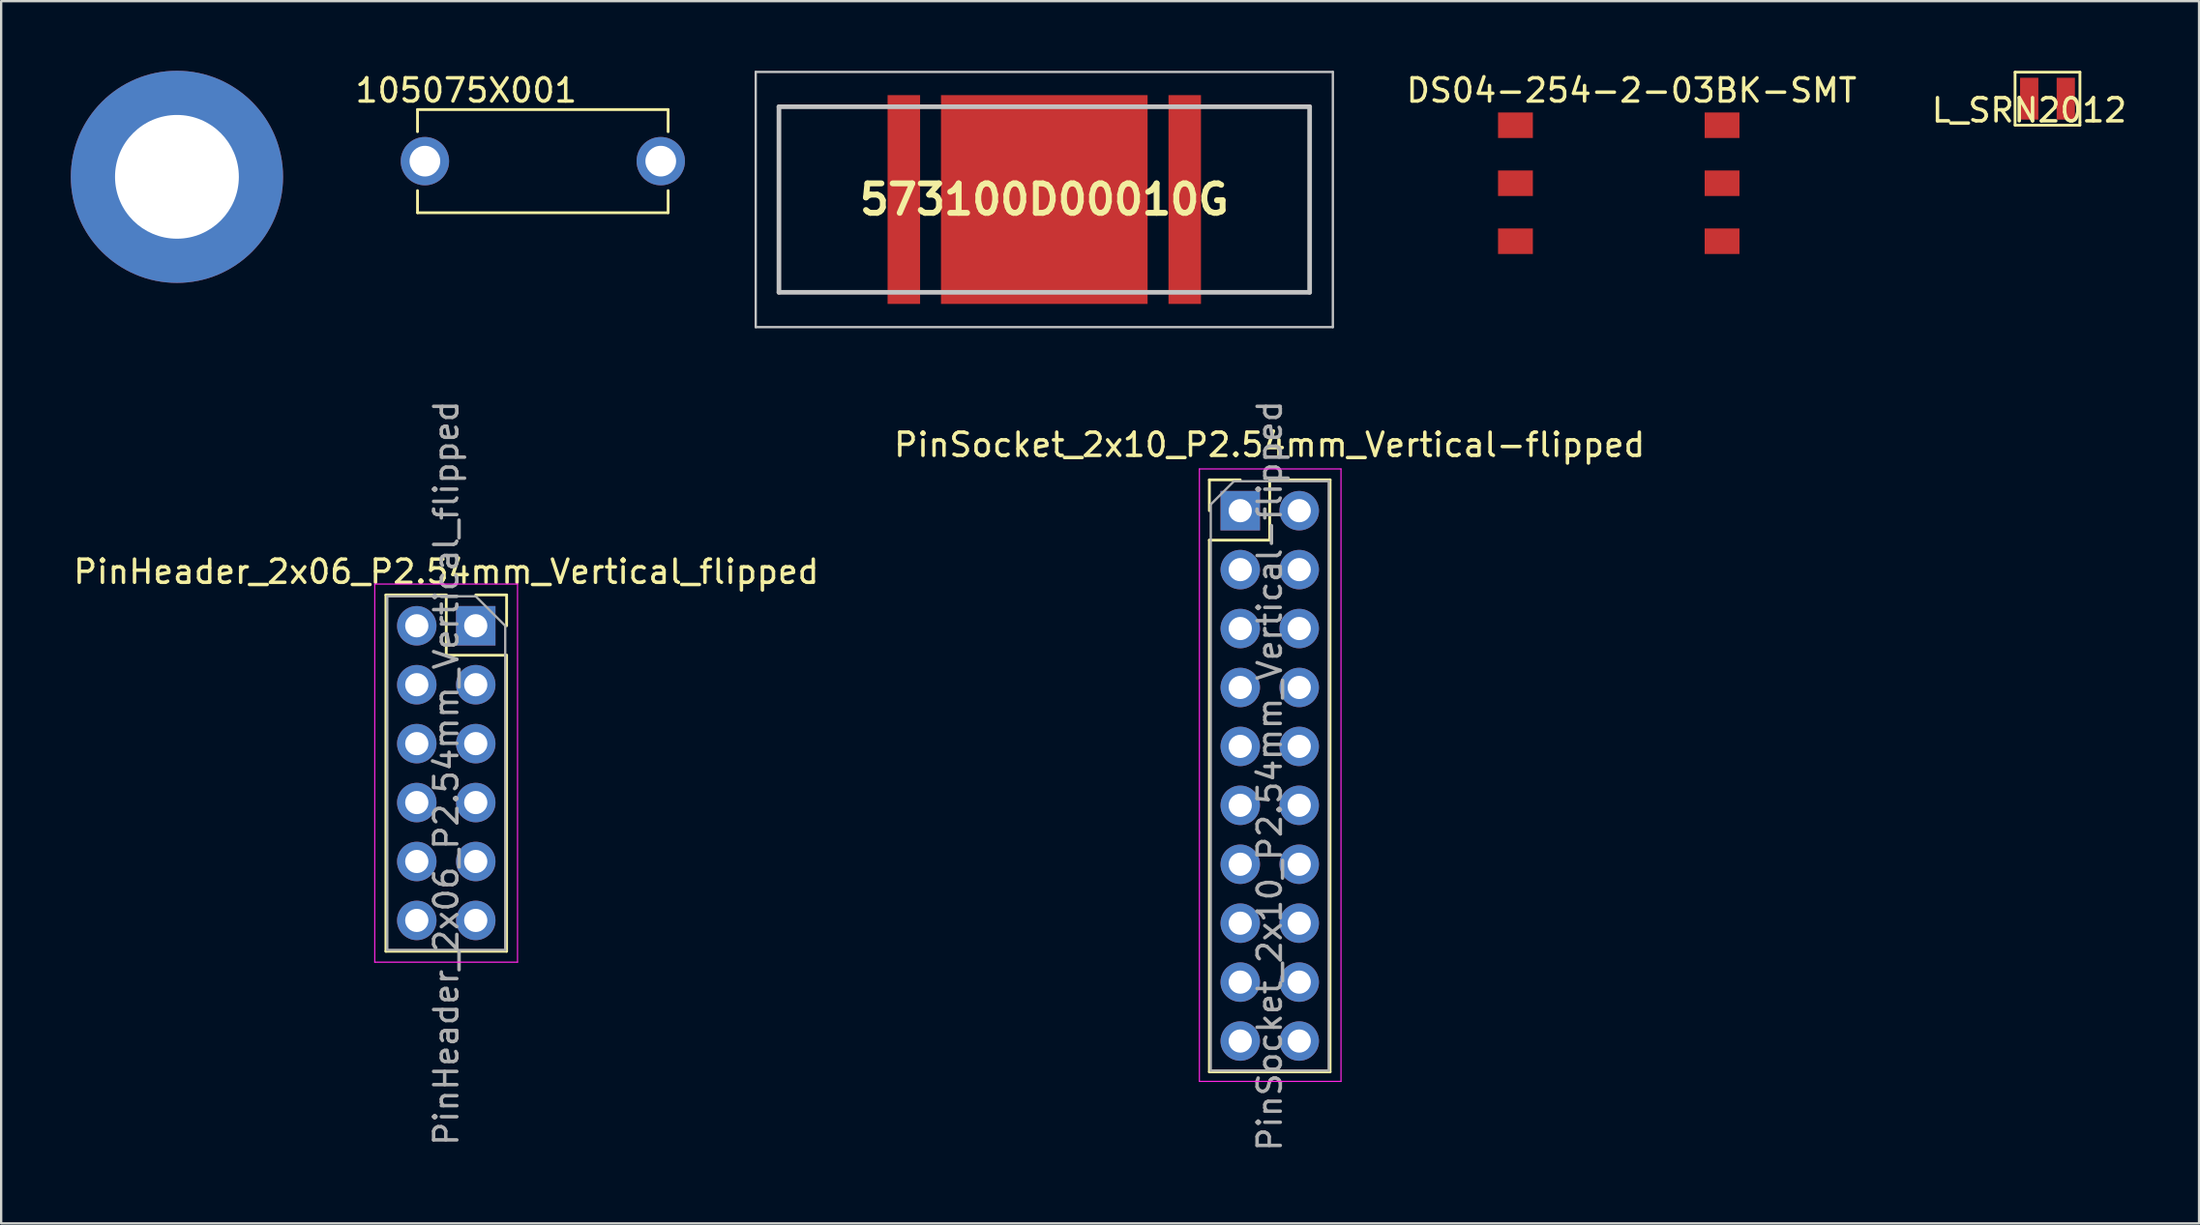
<source format=kicad_pcb>
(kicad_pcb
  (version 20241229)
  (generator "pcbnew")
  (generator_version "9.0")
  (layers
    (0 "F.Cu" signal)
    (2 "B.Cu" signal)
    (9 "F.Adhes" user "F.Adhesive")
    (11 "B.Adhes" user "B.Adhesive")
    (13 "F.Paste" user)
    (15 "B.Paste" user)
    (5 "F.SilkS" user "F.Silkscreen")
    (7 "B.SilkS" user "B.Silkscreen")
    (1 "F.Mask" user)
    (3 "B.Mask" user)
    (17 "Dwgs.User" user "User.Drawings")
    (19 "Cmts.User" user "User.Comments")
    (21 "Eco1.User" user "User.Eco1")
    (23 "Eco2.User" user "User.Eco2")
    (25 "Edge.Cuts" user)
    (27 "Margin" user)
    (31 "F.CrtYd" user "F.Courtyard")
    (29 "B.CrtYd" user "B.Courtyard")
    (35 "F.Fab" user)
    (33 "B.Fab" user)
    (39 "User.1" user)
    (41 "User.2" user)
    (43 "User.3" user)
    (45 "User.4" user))
  (footprint "575-8"
    (layer "F.Cu")
    (at 4.572 4.572)
    (property "Reference" "575-8" (at 0 0.5 0) (layer "F.SilkS") (effects (font (size 1 1) (thickness 0.15))))
    (attr through_hole)
    (pad "1" thru_hole circle (at 0 0) (size 9.144 9.144) (drill 5.334) (layers "*.Cu" "*.Mask")))
  (footprint "L_SRN2012"
    (layer "F.Cu")
    (at 84.361 1.203)
    (property "Reference" "L_SRN2012" (at 0 0.5 0) (layer "F.SilkS") (effects (font (size 1 1) (thickness 0.15))))
    (attr through_hole)
    (fp_line (start -0.61 -1.143) (end 2.184 -1.143) (stroke (width 0.12) (type solid)) (layer "F.SilkS"))
    (fp_line (start -0.61 1.143) (end -0.61 -1.143) (stroke (width 0.12) (type solid)) (layer "F.SilkS"))
    (fp_line (start 2.184 -1.143) (end 2.184 1.016) (stroke (width 0.12) (type solid)) (layer "F.SilkS"))
    (fp_line (start 2.184 1.016) (end 2.184 1.143) (stroke (width 0.12) (type solid)) (layer "F.SilkS"))
    (fp_line (start 2.184 1.143) (end -0.61 1.143) (stroke (width 0.12) (type solid)) (layer "F.SilkS"))
    (pad "1" smd rect (at 0 0) (size 0.787 1.803) (layers "F.Cu" "F.Mask" "F.Paste"))
    (pad "2" smd rect (at 1.575 0) (size 0.787 1.803) (layers "F.Cu" "F.Mask" "F.Paste")))
  (footprint "105075X001"
    (layer "F.Cu")
    (at 15.253 3.896)
    (property "Reference" "105075X001" (at 1.778 -3.048 0) (layer "F.SilkS") (effects (font (size 1 1) (thickness 0.15))))
    (attr through_hole)
    (fp_line (start -0.318 -2.223) (end -0.318 -1.27) (stroke (width 0.12) (type solid)) (layer "F.SilkS"))
    (fp_line (start -0.318 -2.223) (end 10.477 -2.223) (stroke (width 0.12) (type solid)) (layer "F.SilkS"))
    (fp_line (start -0.318 2.223) (end -0.318 1.27) (stroke (width 0.12) (type solid)) (layer "F.SilkS"))
    (fp_line (start 10.477 -2.223) (end 10.477 -1.27) (stroke (width 0.12) (type solid)) (layer "F.SilkS"))
    (fp_line (start 10.477 2.223) (end -0.318 2.223) (stroke (width 0.12) (type solid)) (layer "F.SilkS"))
    (fp_line (start 10.477 2.223) (end 10.477 1.27) (stroke (width 0.12) (type solid)) (layer "F.SilkS"))
    (pad "1" thru_hole circle (at 0 0) (size 2.083 2.083) (drill 1.321) (layers "*.Cu" "*.Mask"))
    (pad "1" thru_hole circle (at 10.16 0) (size 2.083 2.083) (drill 1.321) (layers "*.Cu" "*.Mask")))
  (footprint "573100D00010G"
    (layer "F.Cu")
    (at 41.934 5.55)
    (property "Reference" "573100D00010G" (at 0 0 0) (layer "F.SilkS") (effects (font (size 1.27 1.27) (thickness 0.254))))
    (attr smd)
    (fp_line (start -11.43 -4) (end -11.43 4) (stroke (width 0.1) (type solid)) (layer "F.SilkS"))
    (fp_line (start -11.43 4) (end -7.5 4) (stroke (width 0.1) (type solid)) (layer "F.SilkS"))
    (fp_line (start -7.5 -4) (end -11.43 -4) (stroke (width 0.1) (type solid)) (layer "F.SilkS"))
    (fp_line (start 7.5 -4) (end 11.43 -4) (stroke (width 0.1) (type solid)) (layer "F.SilkS"))
    (fp_line (start 11.43 -4) (end 11.43 4) (stroke (width 0.1) (type solid)) (layer "F.SilkS"))
    (fp_line (start 11.43 4) (end 7.5 4) (stroke (width 0.1) (type solid)) (layer "F.SilkS"))
    (fp_line (start -12.43 -5.5) (end 12.43 -5.5) (stroke (width 0.1) (type solid)) (layer "Dwgs.User"))
    (fp_line (start -12.43 5.5) (end -12.43 -5.5) (stroke (width 0.1) (type solid)) (layer "Dwgs.User"))
    (fp_line (start -11.43 -4) (end 11.43 -4) (stroke (width 0.2) (type solid)) (layer "Dwgs.User"))
    (fp_line (start -11.43 4) (end -11.43 -4) (stroke (width 0.2) (type solid)) (layer "Dwgs.User"))
    (fp_line (start 11.43 -4) (end 11.43 4) (stroke (width 0.2) (type solid)) (layer "Dwgs.User"))
    (fp_line (start 11.43 4) (end -11.43 4) (stroke (width 0.2) (type solid)) (layer "Dwgs.User"))
    (fp_line (start 12.43 -5.5) (end 12.43 5.5) (stroke (width 0.1) (type solid)) (layer "Dwgs.User"))
    (fp_line (start 12.43 5.5) (end -12.43 5.5) (stroke (width 0.1) (type solid)) (layer "Dwgs.User"))
    (pad "1" smd rect (at -6.05 0) (size 1.4 9) (layers "F.Cu" "F.Mask" "F.Paste"))
    (pad "2" smd rect (at 0 0) (size 8.9 9) (layers "F.Cu" "F.Mask" "F.Paste"))
    (pad "3" smd rect (at 6.05 0) (size 1.4 9) (layers "F.Cu" "F.Mask" "F.Paste")))
  (footprint "DS04-254-2-03BK-SMT"
    (layer "F.Cu")
    (at 62.23 2.348)
    (property "Reference" "DS04-254-2-03BK-SMT" (at 5 -1.5 0) (layer "F.SilkS") (effects (font (size 1 1) (thickness 0.15))))
    (attr through_hole)
    (pad "1" smd rect (at 0 0 270) (size 1.1 1.5) (layers "F.Cu" "F.Mask" "F.Paste"))
    (pad "2" smd rect (at 8.9 0 270) (size 1.1 1.5) (layers "F.Cu" "F.Mask" "F.Paste"))
    (pad "3" smd rect (at 0 2.5 90) (size 1.1 1.5) (layers "F.Cu" "F.Mask" "F.Paste"))
    (pad "4" smd rect (at 8.9 2.5 90) (size 1.1 1.5) (layers "F.Cu" "F.Mask" "F.Paste"))
    (pad "5" smd rect (at 0 5 90) (size 1.1 1.5) (layers "F.Cu" "F.Mask" "F.Paste"))
    (pad "6" smd rect (at 8.9 5 90) (size 1.1 1.5) (layers "F.Cu" "F.Mask" "F.Paste")))
  (footprint "PinHeader_2x06_P2.54mm_Vertical_flipped"
    (layer "F.Cu")
    (at 14.903 23.923)
    (property "Reference" "PinHeader_2x06_P2.54mm_Vertical_flipped" (at 1.27 -2.33 0) (layer "F.SilkS") (effects (font (size 1 1) (thickness 0.15))))
    (attr through_hole)
    (fp_line (start -1.33 -1.33) (end -1.33 14.03) (stroke (width 0.12) (type solid)) (layer "F.SilkS"))
    (fp_line (start 1.27 -1.33) (end -1.33 -1.33) (stroke (width 0.12) (type solid)) (layer "F.SilkS"))
    (fp_line (start 1.27 1.27) (end 1.27 -1.33) (stroke (width 0.12) (type solid)) (layer "F.SilkS"))
    (fp_line (start 3.87 -1.33) (end 2.54 -1.33) (stroke (width 0.12) (type solid)) (layer "F.SilkS"))
    (fp_line (start 3.87 0) (end 3.87 -1.33) (stroke (width 0.12) (type solid)) (layer "F.SilkS"))
    (fp_line (start 3.87 1.27) (end 1.27 1.27) (stroke (width 0.12) (type solid)) (layer "F.SilkS"))
    (fp_line (start 3.87 1.27) (end 3.87 14.03) (stroke (width 0.12) (type solid)) (layer "F.SilkS"))
    (fp_line (start 3.87 14.03) (end -1.33 14.03) (stroke (width 0.12) (type solid)) (layer "F.SilkS"))
    (fp_line (start -1.81 -1.8) (end 4.34 -1.8) (stroke (width 0.05) (type solid)) (layer "F.CrtYd"))
    (fp_line (start -1.81 14.5) (end -1.81 -1.8) (stroke (width 0.05) (type solid)) (layer "F.CrtYd"))
    (fp_line (start 4.34 -1.8) (end 4.34 14.5) (stroke (width 0.05) (type solid)) (layer "F.CrtYd"))
    (fp_line (start 4.34 14.5) (end -1.81 14.5) (stroke (width 0.05) (type solid)) (layer "F.CrtYd"))
    (fp_line (start -1.27 -1.27) (end -1.27 13.97) (stroke (width 0.1) (type solid)) (layer "F.Fab"))
    (fp_line (start -1.27 13.97) (end 3.81 13.97) (stroke (width 0.1) (type solid)) (layer "F.Fab"))
    (fp_line (start 2.54 -1.27) (end -1.27 -1.27) (stroke (width 0.1) (type solid)) (layer "F.Fab"))
    (fp_line (start 3.81 0) (end 2.54 -1.27) (stroke (width 0.1) (type solid)) (layer "F.Fab"))
    (fp_line (start 3.81 13.97) (end 3.81 0) (stroke (width 0.1) (type solid)) (layer "F.Fab"))
    (fp_text user "${REFERENCE}" (at 1.27 6.35 90) (layer "F.Fab") (effects (font (size 1 1) (thickness 0.15))))
    (pad "1" thru_hole rect (at 2.54 0) (size 1.7 1.7) (drill 1) (layers "*.Cu" "*.Mask"))
    (pad "2" thru_hole oval (at 0 0) (size 1.7 1.7) (drill 1) (layers "*.Cu" "*.Mask"))
    (pad "3" thru_hole oval (at 2.54 2.54) (size 1.7 1.7) (drill 1) (layers "*.Cu" "*.Mask"))
    (pad "4" thru_hole oval (at 0 2.54) (size 1.7 1.7) (drill 1) (layers "*.Cu" "*.Mask"))
    (pad "5" thru_hole oval (at 2.54 5.08) (size 1.7 1.7) (drill 1) (layers "*.Cu" "*.Mask"))
    (pad "6" thru_hole oval (at 0 5.08) (size 1.7 1.7) (drill 1) (layers "*.Cu" "*.Mask"))
    (pad "7" thru_hole oval (at 2.54 7.62) (size 1.7 1.7) (drill 1) (layers "*.Cu" "*.Mask"))
    (pad "8" thru_hole oval (at 0 7.62) (size 1.7 1.7) (drill 1) (layers "*.Cu" "*.Mask"))
    (pad "9" thru_hole oval (at 2.54 10.16) (size 1.7 1.7) (drill 1) (layers "*.Cu" "*.Mask"))
    (pad "10" thru_hole oval (at 0 10.16) (size 1.7 1.7) (drill 1) (layers "*.Cu" "*.Mask"))
    (pad "11" thru_hole oval (at 2.54 12.7) (size 1.7 1.7) (drill 1) (layers "*.Cu" "*.Mask"))
    (pad "12" thru_hole oval (at 0 12.7) (size 1.7 1.7) (drill 1) (layers "*.Cu" "*.Mask")))
  (footprint "PinSocket_2x10_P2.54mm_Vertical-flipped"
    (layer "F.Cu")
    (at 50.377 18.97)
    (property "Reference" "PinSocket_2x10_P2.54mm_Vertical-flipped" (at 1.26 -2.85 0) (layer "F.SilkS") (effects (font (size 1 1) (thickness 0.15))))
    (attr through_hole)
    (fp_line (start -1.332 -1.338) (end -1.332 -0.008) (stroke (width 0.12) (type solid)) (layer "F.SilkS"))
    (fp_line (start -1.332 1.262) (end -1.332 24.182) (stroke (width 0.12) (type solid)) (layer "F.SilkS"))
    (fp_line (start -0.002 -1.338) (end -1.332 -1.338) (stroke (width 0.12) (type solid)) (layer "F.SilkS"))
    (fp_line (start 1.268 -1.338) (end 1.268 1.262) (stroke (width 0.12) (type solid)) (layer "F.SilkS"))
    (fp_line (start 1.268 1.262) (end -1.332 1.262) (stroke (width 0.12) (type solid)) (layer "F.SilkS"))
    (fp_line (start 3.868 -1.338) (end 1.268 -1.338) (stroke (width 0.12) (type solid)) (layer "F.SilkS"))
    (fp_line (start 3.868 -1.338) (end 3.868 24.182) (stroke (width 0.12) (type solid)) (layer "F.SilkS"))
    (fp_line (start 3.868 24.182) (end -1.332 24.182) (stroke (width 0.12) (type solid)) (layer "F.SilkS"))
    (fp_line (start -1.762 -1.808) (end -1.762 24.592) (stroke (width 0.05) (type solid)) (layer "F.CrtYd"))
    (fp_line (start -1.762 24.592) (end 4.338 24.592) (stroke (width 0.05) (type solid)) (layer "F.CrtYd"))
    (fp_line (start 4.338 -1.808) (end -1.762 -1.808) (stroke (width 0.05) (type solid)) (layer "F.CrtYd"))
    (fp_line (start 4.338 24.592) (end 4.338 -1.808) (stroke (width 0.05) (type solid)) (layer "F.CrtYd"))
    (fp_line (start -1.272 -0.278) (end -1.272 24.122) (stroke (width 0.1) (type solid)) (layer "F.Fab"))
    (fp_line (start -1.272 24.122) (end 3.808 24.122) (stroke (width 0.1) (type solid)) (layer "F.Fab"))
    (fp_line (start -0.272 -1.278) (end -1.272 -0.278) (stroke (width 0.1) (type solid)) (layer "F.Fab"))
    (fp_line (start 3.808 -1.278) (end -0.272 -1.278) (stroke (width 0.1) (type solid)) (layer "F.Fab"))
    (fp_line (start 3.808 24.122) (end 3.808 -1.278) (stroke (width 0.1) (type solid)) (layer "F.Fab"))
    (fp_text user "${REFERENCE}" (at 1.268 11.422 90) (layer "F.Fab") (effects (font (size 1 1) (thickness 0.15))))
    (pad "1" thru_hole rect (at -0.002 -0.008) (size 1.7 1.7) (drill 1) (layers "*.Cu" "*.Mask"))
    (pad "2" thru_hole oval (at 2.538 -0.008) (size 1.7 1.7) (drill 1) (layers "*.Cu" "*.Mask"))
    (pad "3" thru_hole oval (at -0.002 2.532) (size 1.7 1.7) (drill 1) (layers "*.Cu" "*.Mask"))
    (pad "4" thru_hole oval (at 2.538 2.532) (size 1.7 1.7) (drill 1) (layers "*.Cu" "*.Mask"))
    (pad "5" thru_hole oval (at -0.002 5.072) (size 1.7 1.7) (drill 1) (layers "*.Cu" "*.Mask"))
    (pad "6" thru_hole oval (at 2.538 5.072) (size 1.7 1.7) (drill 1) (layers "*.Cu" "*.Mask"))
    (pad "7" thru_hole oval (at -0.002 7.612) (size 1.7 1.7) (drill 1) (layers "*.Cu" "*.Mask"))
    (pad "8" thru_hole oval (at 2.538 7.612) (size 1.7 1.7) (drill 1) (layers "*.Cu" "*.Mask"))
    (pad "9" thru_hole oval (at -0.002 10.152) (size 1.7 1.7) (drill 1) (layers "*.Cu" "*.Mask"))
    (pad "10" thru_hole oval (at 2.538 10.152) (size 1.7 1.7) (drill 1) (layers "*.Cu" "*.Mask"))
    (pad "11" thru_hole oval (at -0.002 12.692) (size 1.7 1.7) (drill 1) (layers "*.Cu" "*.Mask"))
    (pad "12" thru_hole oval (at 2.538 12.692) (size 1.7 1.7) (drill 1) (layers "*.Cu" "*.Mask"))
    (pad "13" thru_hole oval (at -0.002 15.232) (size 1.7 1.7) (drill 1) (layers "*.Cu" "*.Mask"))
    (pad "14" thru_hole oval (at 2.538 15.232) (size 1.7 1.7) (drill 1) (layers "*.Cu" "*.Mask"))
    (pad "15" thru_hole oval (at -0.002 17.772) (size 1.7 1.7) (drill 1) (layers "*.Cu" "*.Mask"))
    (pad "16" thru_hole oval (at 2.538 17.772) (size 1.7 1.7) (drill 1) (layers "*.Cu" "*.Mask"))
    (pad "17" thru_hole oval (at -0.002 20.312) (size 1.7 1.7) (drill 1) (layers "*.Cu" "*.Mask"))
    (pad "18" thru_hole oval (at 2.538 20.312) (size 1.7 1.7) (drill 1) (layers "*.Cu" "*.Mask"))
    (pad "19" thru_hole oval (at -0.002 22.852) (size 1.7 1.7) (drill 1) (layers "*.Cu" "*.Mask"))
    (pad "20" thru_hole oval (at 2.538 22.852) (size 1.7 1.7) (drill 1) (layers "*.Cu" "*.Mask")))
  (gr_rect
    (start -3 -3)
    (end 91.676 49.683)
    (stroke (width 0.1) (type default))
    (fill no)
    (layer "Edge.Cuts")))
</source>
